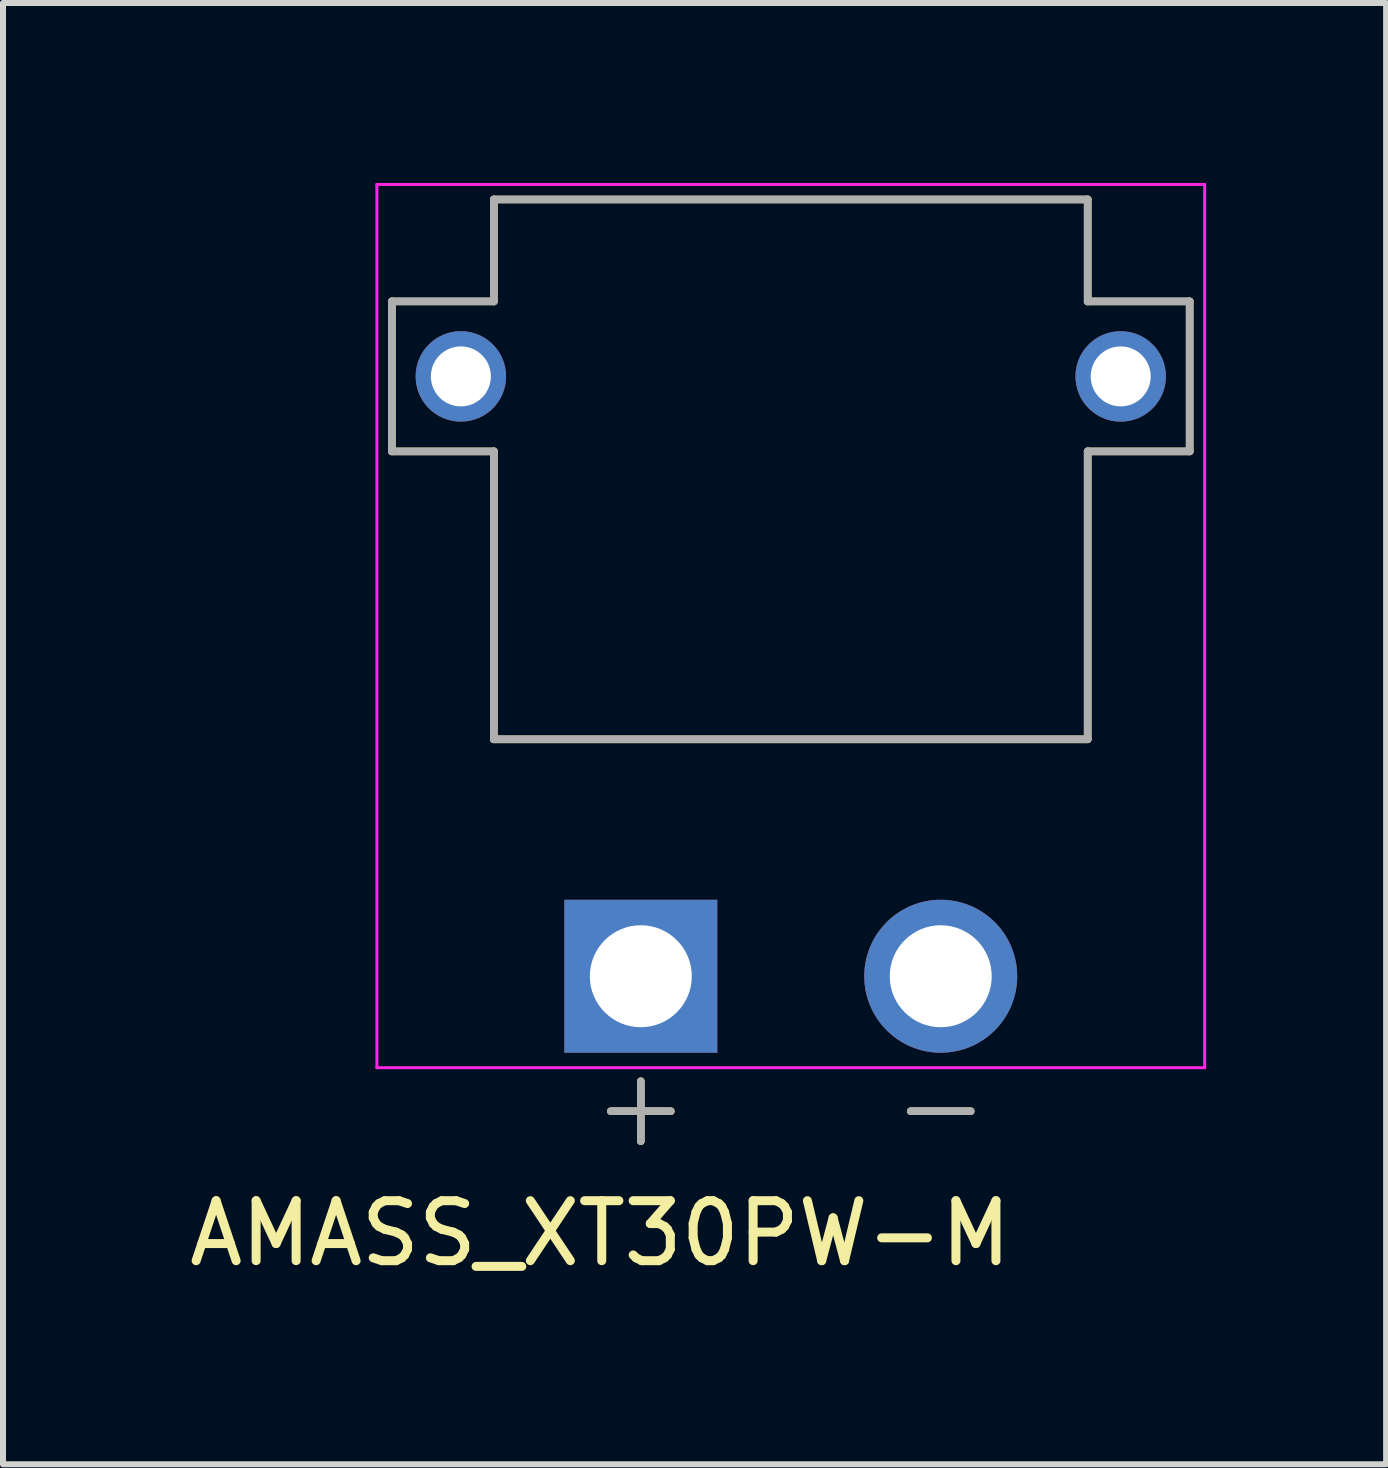
<source format=kicad_pcb>
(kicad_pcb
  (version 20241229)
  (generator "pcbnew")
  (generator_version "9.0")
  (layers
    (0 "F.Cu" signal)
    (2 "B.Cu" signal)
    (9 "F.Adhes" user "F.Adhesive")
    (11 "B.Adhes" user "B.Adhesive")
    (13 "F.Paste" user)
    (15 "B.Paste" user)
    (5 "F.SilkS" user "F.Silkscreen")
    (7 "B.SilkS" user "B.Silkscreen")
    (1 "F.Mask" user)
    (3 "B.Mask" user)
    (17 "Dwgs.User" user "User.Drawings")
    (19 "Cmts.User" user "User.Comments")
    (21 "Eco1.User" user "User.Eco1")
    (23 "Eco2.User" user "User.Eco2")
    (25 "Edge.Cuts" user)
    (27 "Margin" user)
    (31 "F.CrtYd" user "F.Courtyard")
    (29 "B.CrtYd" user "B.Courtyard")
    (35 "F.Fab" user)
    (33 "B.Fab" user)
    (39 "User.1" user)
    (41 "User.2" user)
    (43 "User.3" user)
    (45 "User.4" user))
  (footprint "AMASS_XT30PW-M"
    (layer "F.Cu")
    (at 10.133 3.225)
    (property "Reference" "AMASS_XT30PW-M" (at -3.175 14.287 0) (layer "F.SilkS") (effects (font (size 1 1) (thickness 0.15))))
    (attr through_hole)
    (fp_line (start -6.65 -1.25) (end -4.95 -1.25) (stroke (width 0.127) (type solid)) (layer "F.SilkS"))
    (fp_line (start -6.65 1.25) (end -6.65 -1.25) (stroke (width 0.127) (type solid)) (layer "F.SilkS"))
    (fp_line (start -4.95 -2.95) (end 4.95 -2.95) (stroke (width 0.127) (type solid)) (layer "F.SilkS"))
    (fp_line (start -4.95 -1.25) (end -4.95 -2.95) (stroke (width 0.127) (type solid)) (layer "F.SilkS"))
    (fp_line (start -4.95 1.25) (end -6.65 1.25) (stroke (width 0.127) (type solid)) (layer "F.SilkS"))
    (fp_line (start -4.95 6.05) (end -4.95 1.25) (stroke (width 0.127) (type solid)) (layer "F.SilkS"))
    (fp_line (start -3 12.25) (end -2 12.25) (stroke (width 0.127) (type solid)) (layer "F.SilkS"))
    (fp_line (start -2.5 12.75) (end -2.5 11.75) (stroke (width 0.127) (type solid)) (layer "F.SilkS"))
    (fp_line (start 2 12.25) (end 3 12.25) (stroke (width 0.127) (type solid)) (layer "F.SilkS"))
    (fp_line (start 4.95 -2.95) (end 4.95 -1.25) (stroke (width 0.127) (type solid)) (layer "F.SilkS"))
    (fp_line (start 4.95 -1.25) (end 6.65 -1.25) (stroke (width 0.127) (type solid)) (layer "F.SilkS"))
    (fp_line (start 4.95 1.25) (end 4.95 6.05) (stroke (width 0.127) (type solid)) (layer "F.SilkS"))
    (fp_line (start 4.95 6.05) (end -4.95 6.05) (stroke (width 0.127) (type solid)) (layer "F.SilkS"))
    (fp_line (start 6.65 -1.25) (end 6.65 1.25) (stroke (width 0.127) (type solid)) (layer "F.SilkS"))
    (fp_line (start 6.65 1.25) (end 4.95 1.25) (stroke (width 0.127) (type solid)) (layer "F.SilkS"))
    (fp_line (start -6.9 -3.2) (end -6.9 11.525) (stroke (width 0.05) (type solid)) (layer "F.CrtYd"))
    (fp_line (start -6.9 11.525) (end 6.9 11.525) (stroke (width 0.05) (type solid)) (layer "F.CrtYd"))
    (fp_line (start 6.9 -3.2) (end -6.9 -3.2) (stroke (width 0.05) (type solid)) (layer "F.CrtYd"))
    (fp_line (start 6.9 11.525) (end 6.9 -3.2) (stroke (width 0.05) (type solid)) (layer "F.CrtYd"))
    (fp_line (start -6.65 -1.25) (end -4.95 -1.25) (stroke (width 0.127) (type solid)) (layer "F.Fab"))
    (fp_line (start -6.65 1.25) (end -6.65 -1.25) (stroke (width 0.127) (type solid)) (layer "F.Fab"))
    (fp_line (start -4.95 -2.95) (end 4.95 -2.95) (stroke (width 0.127) (type solid)) (layer "F.Fab"))
    (fp_line (start -4.95 -1.25) (end -4.95 -2.95) (stroke (width 0.127) (type solid)) (layer "F.Fab"))
    (fp_line (start -4.95 1.25) (end -6.65 1.25) (stroke (width 0.127) (type solid)) (layer "F.Fab"))
    (fp_line (start -4.95 6.05) (end -4.95 1.25) (stroke (width 0.127) (type solid)) (layer "F.Fab"))
    (fp_line (start -3 12.25) (end -2 12.25) (stroke (width 0.127) (type solid)) (layer "F.Fab"))
    (fp_line (start -2.5 12.75) (end -2.5 11.75) (stroke (width 0.127) (type solid)) (layer "F.Fab"))
    (fp_line (start 2 12.25) (end 3 12.25) (stroke (width 0.127) (type solid)) (layer "F.Fab"))
    (fp_line (start 4.95 -2.95) (end 4.95 -1.25) (stroke (width 0.127) (type solid)) (layer "F.Fab"))
    (fp_line (start 4.95 -1.25) (end 6.65 -1.25) (stroke (width 0.127) (type solid)) (layer "F.Fab"))
    (fp_line (start 4.95 1.25) (end 4.95 6.05) (stroke (width 0.127) (type solid)) (layer "F.Fab"))
    (fp_line (start 4.95 6.05) (end -4.95 6.05) (stroke (width 0.127) (type solid)) (layer "F.Fab"))
    (fp_line (start 6.65 -1.25) (end 6.65 1.25) (stroke (width 0.127) (type solid)) (layer "F.Fab"))
    (fp_line (start 6.65 1.25) (end 4.95 1.25) (stroke (width 0.127) (type solid)) (layer "F.Fab"))
    (pad "1" thru_hole rect (at -2.5 10) (size 2.55 2.55) (drill 1.7) (layers "*.Cu" "*.Mask"))
    (pad "2" thru_hole circle (at 2.5 10) (size 2.55 2.55) (drill 1.7) (layers "*.Cu" "*.Mask"))
    (pad "MP" thru_hole circle (at -5.5 0) (size 1.508 1.508) (drill 1) (layers "*.Cu" "*.Mask"))
    (pad "MP" thru_hole circle (at 5.5 0) (size 1.508 1.508) (drill 1) (layers "*.Cu" "*.Mask")))
  (gr_rect
    (start -3 -3)
    (end 20.058 21.361)
    (stroke (width 0.1) (type default))
    (fill no)
    (layer "Edge.Cuts")))
</source>
